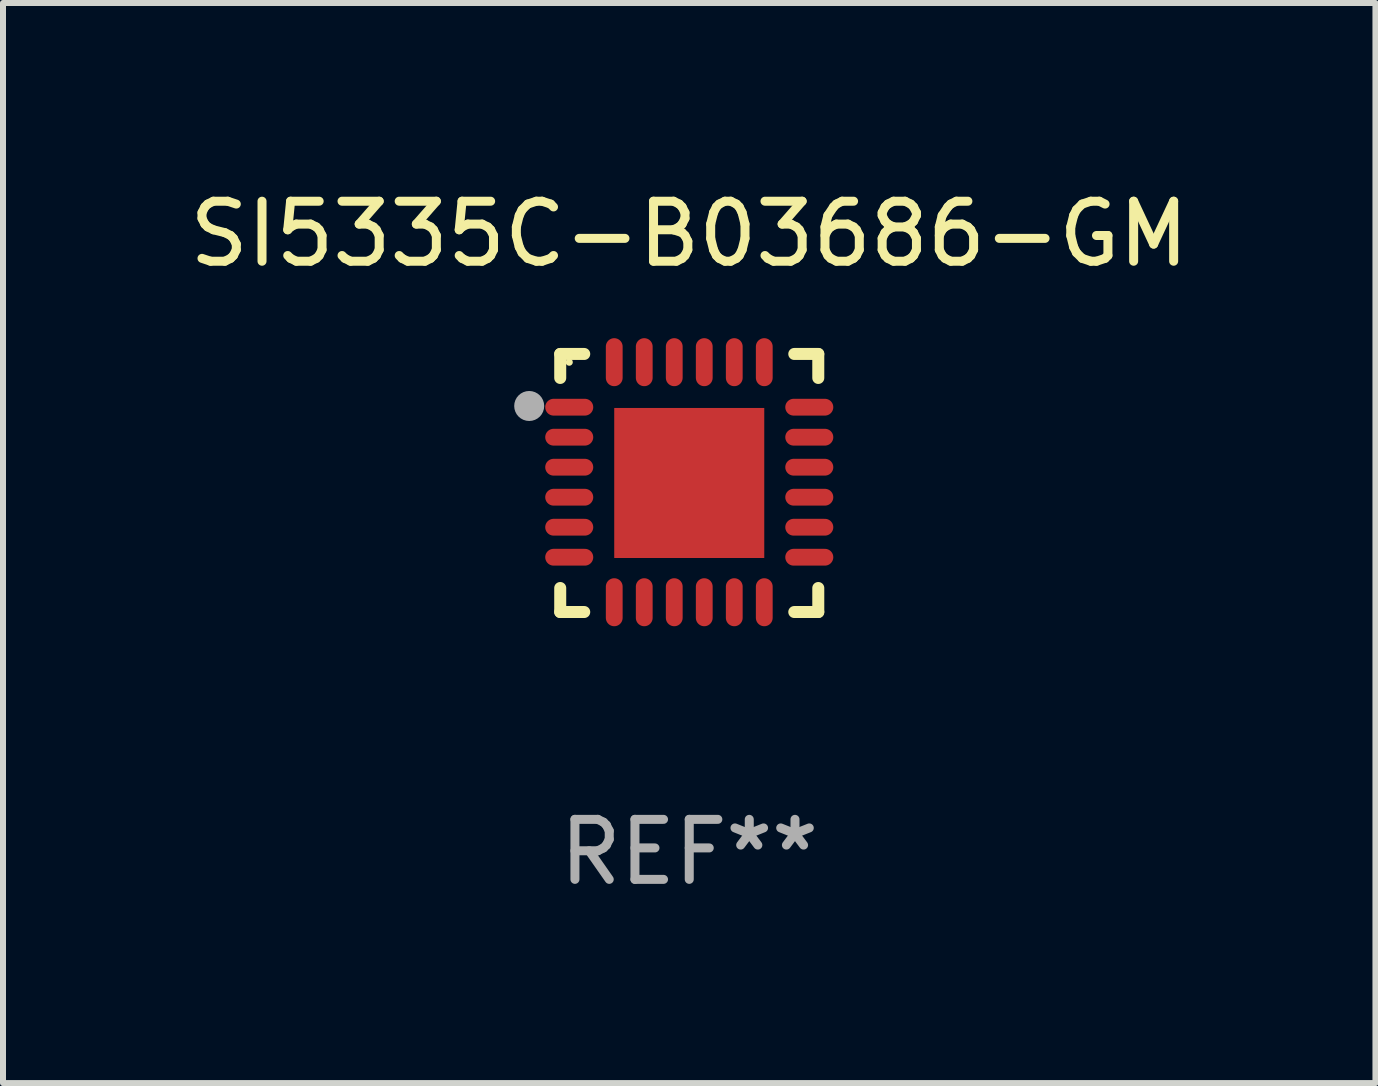
<source format=kicad_pcb>
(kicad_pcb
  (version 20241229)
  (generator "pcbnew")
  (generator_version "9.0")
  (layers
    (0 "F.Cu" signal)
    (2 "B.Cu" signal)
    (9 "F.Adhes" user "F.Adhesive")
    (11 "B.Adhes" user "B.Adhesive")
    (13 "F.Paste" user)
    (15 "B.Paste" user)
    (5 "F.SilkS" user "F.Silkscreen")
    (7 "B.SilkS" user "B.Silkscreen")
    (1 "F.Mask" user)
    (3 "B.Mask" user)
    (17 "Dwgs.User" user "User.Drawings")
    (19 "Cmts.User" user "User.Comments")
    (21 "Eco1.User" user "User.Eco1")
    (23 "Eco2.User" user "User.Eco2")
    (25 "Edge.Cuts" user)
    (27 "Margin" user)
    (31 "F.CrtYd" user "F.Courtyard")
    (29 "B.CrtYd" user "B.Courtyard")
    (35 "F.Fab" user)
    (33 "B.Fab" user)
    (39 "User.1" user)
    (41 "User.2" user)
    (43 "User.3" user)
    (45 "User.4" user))
  (footprint "SI5335C-B03686-GM"
    (layer "F.Cu")
    (at 8.435 4.998)
    (property "Reference" "SI5335C-B03686-GM" (at 0 -4.15 0) (layer "F.SilkS") (effects (font (size 1 1) (thickness 0.15))))
    (attr through_hole)
    (fp_line (start -2.15 -2.15) (end -1.75 -2.15) (stroke (width 0.2) (type solid)) (layer "F.SilkS"))
    (fp_line (start -2.15 -1.75) (end -2.15 -2.15) (stroke (width 0.2) (type solid)) (layer "F.SilkS"))
    (fp_line (start -2.15 2.15) (end -2.15 1.75) (stroke (width 0.2) (type solid)) (layer "F.SilkS"))
    (fp_line (start -1.75 2.15) (end -2.15 2.15) (stroke (width 0.2) (type solid)) (layer "F.SilkS"))
    (fp_line (start 1.75 -2.15) (end 2.15 -2.15) (stroke (width 0.2) (type solid)) (layer "F.SilkS"))
    (fp_line (start 1.75 2.15) (end 2.15 2.15) (stroke (width 0.2) (type solid)) (layer "F.SilkS"))
    (fp_line (start 2.15 -2.15) (end 2.15 -1.75) (stroke (width 0.2) (type solid)) (layer "F.SilkS"))
    (fp_line (start 2.15 2.15) (end 2.15 1.75) (stroke (width 0.2) (type solid)) (layer "F.SilkS"))
    (fp_circle (center -2 -2.013) (end -1.97 -2.013) (stroke (width 0.06) (type solid)) (fill no) (layer "F.SilkS"))
    (fp_circle (center -2.667 -1.283) (end -2.542 -1.283) (stroke (width 0.25) (type solid)) (fill no) (layer "F.Fab"))
    (fp_text user "REF**" (at 0 6.15 0) (layer "F.Fab") (effects (font (size 1 1) (thickness 0.15))))
    (pad "1" smd oval (at -2 -1.263) (size 0.8 0.28) (layers "F.Cu" "F.Mask" "F.Paste"))
    (pad "2" smd oval (at -2 -0.763) (size 0.8 0.28) (layers "F.Cu" "F.Mask" "F.Paste"))
    (pad "3" smd oval (at -2 -0.263) (size 0.8 0.28) (layers "F.Cu" "F.Mask" "F.Paste"))
    (pad "4" smd oval (at -2 0.237) (size 0.8 0.28) (layers "F.Cu" "F.Mask" "F.Paste"))
    (pad "5" smd oval (at -2 0.737) (size 0.8 0.28) (layers "F.Cu" "F.Mask" "F.Paste"))
    (pad "6" smd oval (at -2 1.237) (size 0.8 0.28) (layers "F.Cu" "F.Mask" "F.Paste"))
    (pad "7" smd oval (at -1.25 1.987) (size 0.28 0.8) (layers "F.Cu" "F.Mask" "F.Paste"))
    (pad "8" smd oval (at -0.75 1.987) (size 0.28 0.8) (layers "F.Cu" "F.Mask" "F.Paste"))
    (pad "9" smd oval (at -0.25 1.987) (size 0.28 0.8) (layers "F.Cu" "F.Mask" "F.Paste"))
    (pad "10" smd oval (at 0.25 1.987) (size 0.28 0.8) (layers "F.Cu" "F.Mask" "F.Paste"))
    (pad "11" smd oval (at 0.75 1.987) (size 0.28 0.8) (layers "F.Cu" "F.Mask" "F.Paste"))
    (pad "12" smd oval (at 1.25 1.987) (size 0.28 0.8) (layers "F.Cu" "F.Mask" "F.Paste"))
    (pad "13" smd oval (at 2 1.237) (size 0.8 0.28) (layers "F.Cu" "F.Mask" "F.Paste"))
    (pad "14" smd oval (at 2 0.737) (size 0.8 0.28) (layers "F.Cu" "F.Mask" "F.Paste"))
    (pad "15" smd oval (at 2 0.237) (size 0.8 0.28) (layers "F.Cu" "F.Mask" "F.Paste"))
    (pad "16" smd oval (at 2 -0.263) (size 0.8 0.28) (layers "F.Cu" "F.Mask" "F.Paste"))
    (pad "17" smd oval (at 2 -0.763) (size 0.8 0.28) (layers "F.Cu" "F.Mask" "F.Paste"))
    (pad "18" smd oval (at 2 -1.263) (size 0.8 0.28) (layers "F.Cu" "F.Mask" "F.Paste"))
    (pad "19" smd oval (at 1.25 -2.013) (size 0.28 0.8) (layers "F.Cu" "F.Mask" "F.Paste"))
    (pad "20" smd oval (at 0.75 -2.013) (size 0.28 0.8) (layers "F.Cu" "F.Mask" "F.Paste"))
    (pad "21" smd oval (at 0.25 -2.013) (size 0.28 0.8) (layers "F.Cu" "F.Mask" "F.Paste"))
    (pad "22" smd oval (at -0.25 -2.013) (size 0.28 0.8) (layers "F.Cu" "F.Mask" "F.Paste"))
    (pad "23" smd oval (at -0.75 -2.013) (size 0.28 0.8) (layers "F.Cu" "F.Mask" "F.Paste"))
    (pad "24" smd oval (at -1.25 -2.013) (size 0.28 0.8) (layers "F.Cu" "F.Mask" "F.Paste"))
    (pad "25" smd rect (at -0.000127 -0.00014) (size 2.5 2.5) (layers "F.Cu" "F.Mask" "F.Paste")))
  (gr_rect
    (start -3 -3)
    (end 19.869 14.997)
    (stroke (width 0.1) (type default))
    (fill no)
    (layer "Edge.Cuts")))
</source>
